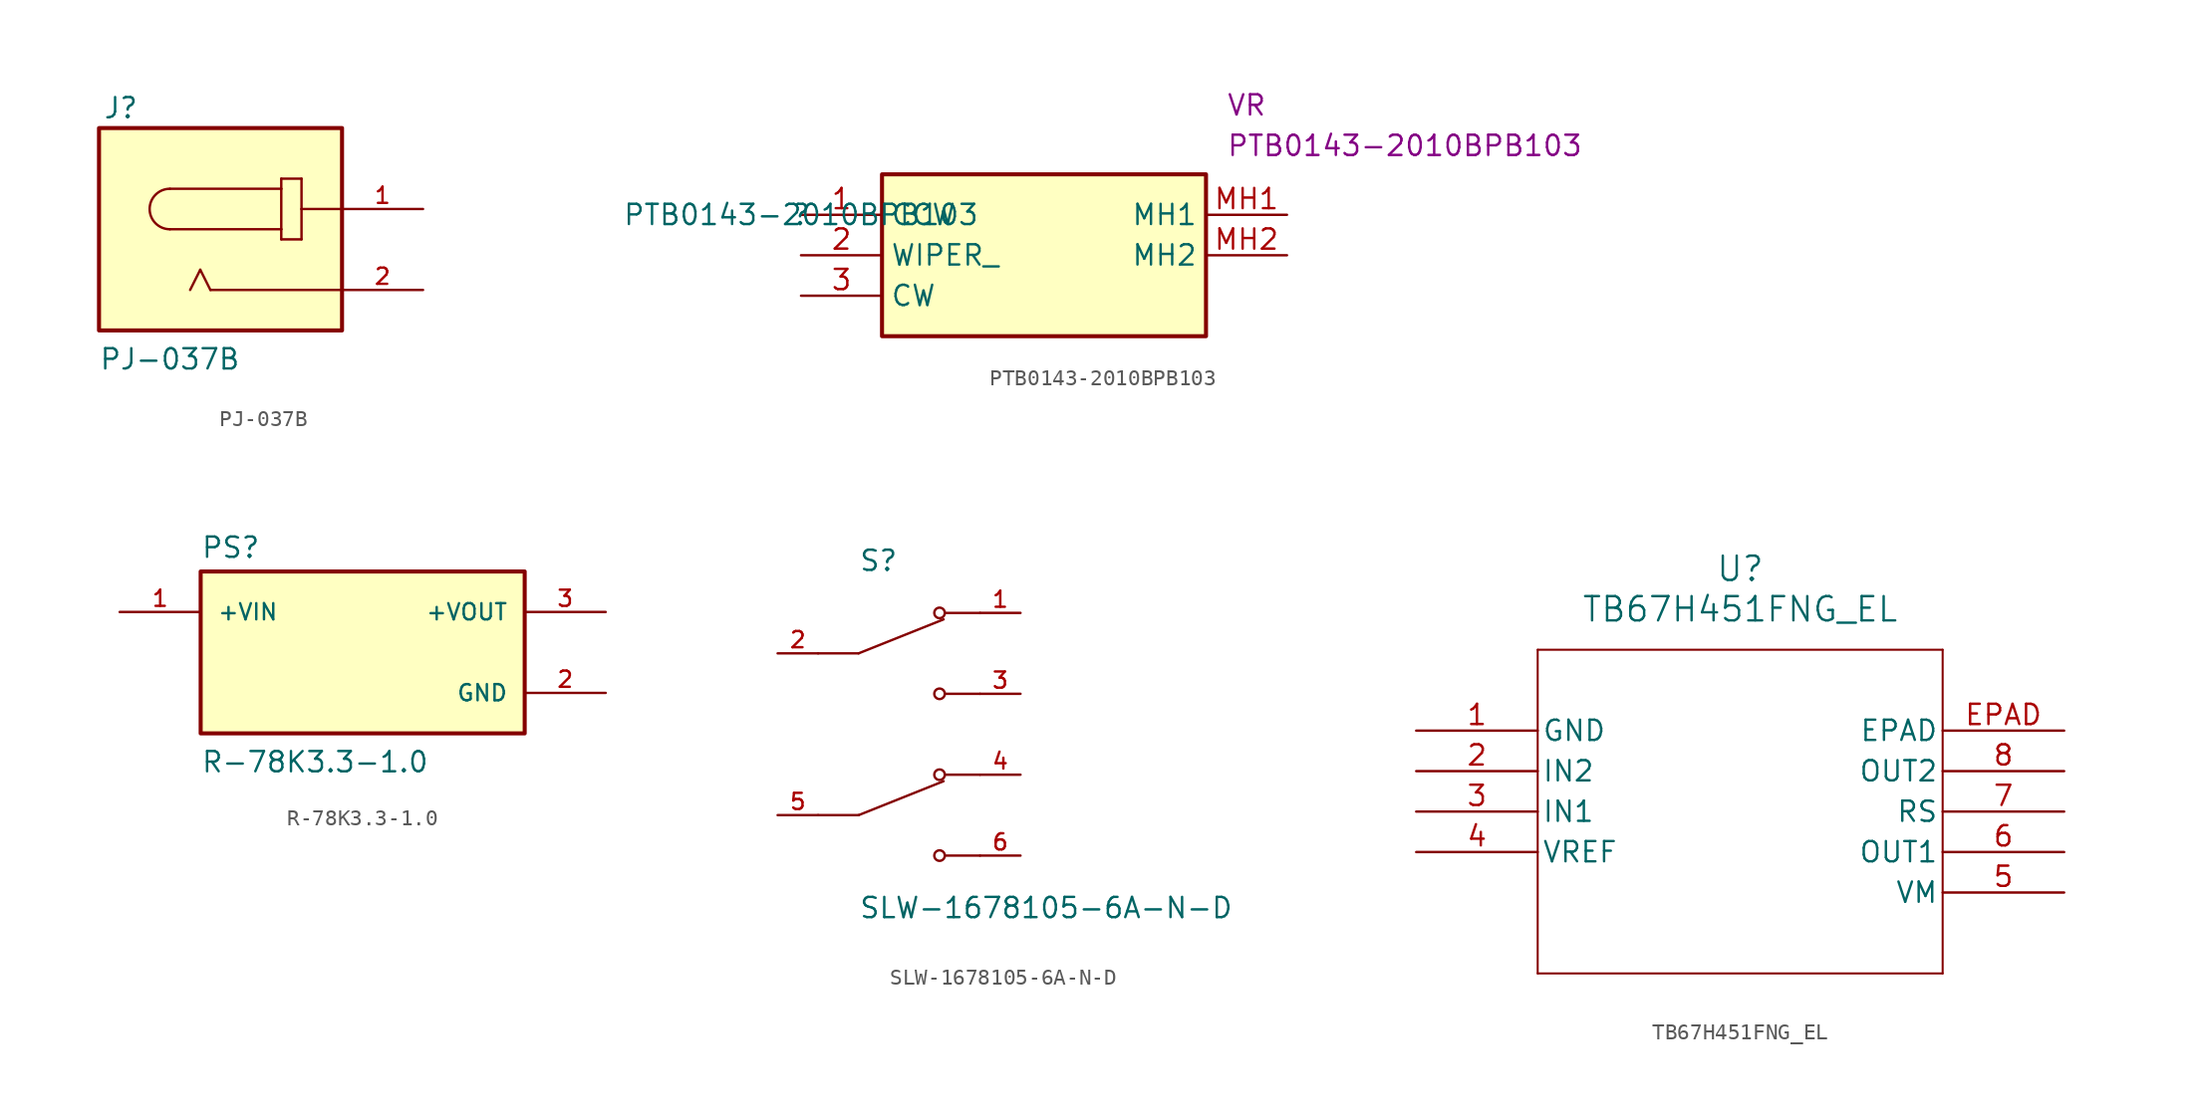
<source format=kicad_sym>
(kicad_symbol_lib
  (version 20211014)
  (generator kicad_symbol_editor)
  (symbol "PJ-037B"
    (pin_names
      (offset 1.016))
    (property "Reference" "J"
      (at -12.456 8.135 0)
      (effects (font (size 1.27 1.27)) (justify left bottom)))
    (property "Value" "PJ-037B"
      (at -12.711 -7.628 0)
      (effects (font (size 1.27 1.27)) (justify left bottom)))
    (symbol "PJ-037B_0_0"
      (rectangle (start -12.7 -5.08) (end 2.54 7.62) (stroke (width 0.254) (type default) (color 0 0 0 0)) (fill (type background)))
      (arc (start -8.255 3.81) (mid -9.525 2.54) (end -8.255 1.27) (stroke (width 0.1524) (type default) (color 0 0 0 0)) (fill (type none)))
      (polyline (pts (xy -8.255 3.81) (xy -1.27 3.81)) (stroke (width 0.152) (type default) (color 0 0 0 0)) (fill (type none)))
      (polyline (pts (xy -6.35 -1.27) (xy -6.985 -2.54)) (stroke (width 0.152) (type default) (color 0 0 0 0)) (fill (type none)))
      (polyline (pts (xy -5.715 -2.54) (xy -6.35 -1.27)) (stroke (width 0.152) (type default) (color 0 0 0 0)) (fill (type none)))
      (polyline (pts (xy -1.27 0.635) (xy 0 0.635)) (stroke (width 0.152) (type default) (color 0 0 0 0)) (fill (type none)))
      (polyline (pts (xy -1.27 1.27) (xy -8.255 1.27)) (stroke (width 0.152) (type default) (color 0 0 0 0)) (fill (type none)))
      (polyline (pts (xy -1.27 1.27) (xy -1.27 0.635)) (stroke (width 0.152) (type default) (color 0 0 0 0)) (fill (type none)))
      (polyline (pts (xy -1.27 3.81) (xy -1.27 1.27)) (stroke (width 0.152) (type default) (color 0 0 0 0)) (fill (type none)))
      (polyline (pts (xy -1.27 4.445) (xy -1.27 3.81)) (stroke (width 0.152) (type default) (color 0 0 0 0)) (fill (type none)))
      (polyline (pts (xy 0 0.635) (xy 0 2.54)) (stroke (width 0.152) (type default) (color 0 0 0 0)) (fill (type none)))
      (polyline (pts (xy 0 2.54) (xy 0 4.445)) (stroke (width 0.152) (type default) (color 0 0 0 0)) (fill (type none)))
      (polyline (pts (xy 0 4.445) (xy -1.27 4.445)) (stroke (width 0.152) (type default) (color 0 0 0 0)) (fill (type none)))
      (polyline (pts (xy 2.54 -2.54) (xy -5.715 -2.54)) (stroke (width 0.152) (type default) (color 0 0 0 0)) (fill (type none)))
      (polyline (pts (xy 2.54 2.54) (xy 0 2.54)) (stroke (width 0.152) (type default) (color 0 0 0 0)) (fill (type none)))
      (pin passive line (at 7.62 2.54 180) (length 5.08) (name "~" (effects (font (size 1.016 1.016)))) (number "1" (effects (font (size 1.016 1.016)))))
      (pin passive line (at 7.62 -2.54 180) (length 5.08) (name "~" (effects (font (size 1.016 1.016)))) (number "2" (effects (font (size 1.016 1.016)))))))
  (symbol "PTB0143-2010BPB103"
    (property "Reference" ""
      (at 0 0 0)
      (effects (font (size 1.27 1.27))))
    (property "Value" "PTB0143-2010BPB103"
      (at 0 0 0)
      (effects (font (size 1.27 1.27))))
    (property "Reference_1" "VR"
      (at 26.67 7.62 0)
      (effects (font (size 1.27 1.27)) (justify left top)))
    (property "Value_1" "PTB0143-2010BPB103"
      (at 26.67 5.08 0)
      (effects (font (size 1.27 1.27)) (justify left top)))
    (symbol "PTB0143-2010BPB103_1_1"
      (rectangle (start 5.08 2.54) (end 25.4 -7.62) (stroke (width 0.254) (type default) (color 0 0 0 0)) (fill (type background)))
      (pin passive line (at 0 0 0) (length 5.08) (name "CCW" (effects (font (size 1.27 1.27)))) (number "1" (effects (font (size 1.27 1.27)))))
      (pin passive line (at 0 -2.54 0) (length 5.08) (name "WIPER_" (effects (font (size 1.27 1.27)))) (number "2" (effects (font (size 1.27 1.27)))))
      (pin passive line (at 0 -5.08 0) (length 5.08) (name "CW" (effects (font (size 1.27 1.27)))) (number "3" (effects (font (size 1.27 1.27)))))
      (pin passive line (at 30.48 0 180) (length 5.08) (name "MH1" (effects (font (size 1.27 1.27)))) (number "MH1" (effects (font (size 1.27 1.27)))))
      (pin passive line (at 30.48 -2.54 180) (length 5.08) (name "MH2" (effects (font (size 1.27 1.27)))) (number "MH2" (effects (font (size 1.27 1.27)))))))
  (symbol "R-78K3.3-1.0"
    (pin_names
      (offset 1.016))
    (property "Reference" "PS"
      (at -10.16 5.842 0)
      (effects (font (size 1.27 1.27)) (justify bottom left)))
    (property "Value" "R-78K3.3-1.0"
      (at -10.16 -7.62 0)
      (effects (font (size 1.27 1.27)) (justify bottom left)))
    (symbol "R-78K3.3-1.0_0_0"
      (rectangle (start -10.16 -5.08) (end 10.16 5.08) (stroke (width 0.254)) (fill (type background)))
      (pin input line (at -15.24 2.54 0) (length 5.08) (name "+VIN" (effects (font (size 1.016 1.016)))) (number "1" (effects (font (size 1.016 1.016)))))
      (pin power_in line (at 15.24 -2.54 180.0) (length 5.08) (name "GND" (effects (font (size 1.016 1.016)))) (number "2" (effects (font (size 1.016 1.016)))))
      (pin output line (at 15.24 2.54 180.0) (length 5.08) (name "+VOUT" (effects (font (size 1.016 1.016)))) (number "3" (effects (font (size 1.016 1.016)))))))
  (symbol "SLW-1678105-6A-N-D"
    (pin_names
      (offset 1.016))
    (property "Reference" "S"
      (at -2.54 10.16 0)
      (effects (font (size 1.27 1.27)) (justify bottom left)))
    (property "Value" "SLW-1678105-6A-N-D"
      (at -2.54 -10.16 0)
      (effects (font (size 1.27 1.27)) (justify top left)))
    (symbol "SLW-1678105-6A-N-D_0_0"
      (polyline (pts (xy -2.54 5.08) (xy 2.794 7.214)) (stroke (width 0.152)))
      (circle (center 2.54 7.62) (radius 0.33) (stroke (width 0.152)) (fill (type none)))
      (circle (center 2.54 2.54) (radius 0.33) (stroke (width 0.152)) (fill (type none)))
      (polyline (pts (xy 5.08 2.54) (xy 2.921 2.54)) (stroke (width 0.152)))
      (polyline (pts (xy 5.08 7.62) (xy 2.921 7.62)) (stroke (width 0.152)))
      (polyline (pts (xy -2.54 5.08) (xy -5.08 5.08)) (stroke (width 0.152)))
      (polyline (pts (xy -2.54 -5.08) (xy 2.794 -2.946)) (stroke (width 0.152)))
      (circle (center 2.54 -2.54) (radius 0.33) (stroke (width 0.152)) (fill (type none)))
      (circle (center 2.54 -7.62) (radius 0.33) (stroke (width 0.152)) (fill (type none)))
      (polyline (pts (xy 5.08 -7.62) (xy 2.921 -7.62)) (stroke (width 0.152)))
      (polyline (pts (xy 5.08 -2.54) (xy 2.921 -2.54)) (stroke (width 0.152)))
      (polyline (pts (xy -2.54 -5.08) (xy -5.08 -5.08)) (stroke (width 0.152)))
      (pin passive line (at 7.62 7.62 180.0) (length 2.54) (name "~" (effects (font (size 1.016 1.016)))) (number "1" (effects (font (size 1.016 1.016)))))
      (pin passive line (at -7.62 5.08 0) (length 2.54) (name "~" (effects (font (size 1.016 1.016)))) (number "2" (effects (font (size 1.016 1.016)))))
      (pin passive line (at 7.62 2.54 180.0) (length 2.54) (name "~" (effects (font (size 1.016 1.016)))) (number "3" (effects (font (size 1.016 1.016)))))
      (pin passive line (at 7.62 -2.54 180.0) (length 2.54) (name "~" (effects (font (size 1.016 1.016)))) (number "4" (effects (font (size 1.016 1.016)))))
      (pin passive line (at -7.62 -5.08 0) (length 2.54) (name "~" (effects (font (size 1.016 1.016)))) (number "5" (effects (font (size 1.016 1.016)))))
      (pin passive line (at 7.62 -7.62 180.0) (length 2.54) (name "~" (effects (font (size 1.016 1.016)))) (number "6" (effects (font (size 1.016 1.016)))))))
  (symbol "TB67H451FNG_EL"
    (pin_names
      (offset 0.254))
    (property "Reference" "U"
      (at 20.32 10.16 0)
      (effects (font (size 1.524 1.524))))
    (property "Value" "TB67H451FNG_EL"
      (at 20.32 7.62 0)
      (effects (font (size 1.524 1.524))))
    (property "ki_locked" ""
      (at 0 0 0)
      (effects (font (size 1.27 1.27))))
    (symbol "TB67H451FNG_EL_0_1"
      (polyline (pts (xy 7.62 -15.24) (xy 33.02 -15.24)) (stroke (width 0.127) (type default) (color 0 0 0 0)) (fill (type none)))
      (polyline (pts (xy 7.62 5.08) (xy 7.62 -15.24)) (stroke (width 0.127) (type default) (color 0 0 0 0)) (fill (type none)))
      (polyline (pts (xy 33.02 -15.24) (xy 33.02 5.08)) (stroke (width 0.127) (type default) (color 0 0 0 0)) (fill (type none)))
      (polyline (pts (xy 33.02 5.08) (xy 7.62 5.08)) (stroke (width 0.127) (type default) (color 0 0 0 0)) (fill (type none)))
      (pin power_out line (at 0 0 0) (length 7.62) (name "GND" (effects (font (size 1.27 1.27)))) (number "1" (effects (font (size 1.27 1.27)))))
      (pin input line (at 0 -2.54 0) (length 7.62) (name "IN2" (effects (font (size 1.27 1.27)))) (number "2" (effects (font (size 1.27 1.27)))))
      (pin input line (at 0 -5.08 0) (length 7.62) (name "IN1" (effects (font (size 1.27 1.27)))) (number "3" (effects (font (size 1.27 1.27)))))
      (pin output line (at 0 -7.62 0) (length 7.62) (name "VREF" (effects (font (size 1.27 1.27)))) (number "4" (effects (font (size 1.27 1.27)))))
      (pin power_in line (at 40.64 -10.16 180) (length 7.62) (name "VM" (effects (font (size 1.27 1.27)))) (number "5" (effects (font (size 1.27 1.27)))))
      (pin output line (at 40.64 -7.62 180) (length 7.62) (name "OUT1" (effects (font (size 1.27 1.27)))) (number "6" (effects (font (size 1.27 1.27)))))
      (pin output line (at 40.64 -5.08 180) (length 7.62) (name "RS" (effects (font (size 1.27 1.27)))) (number "7" (effects (font (size 1.27 1.27)))))
      (pin output line (at 40.64 -2.54 180) (length 7.62) (name "OUT2" (effects (font (size 1.27 1.27)))) (number "8" (effects (font (size 1.27 1.27)))))
      (pin unspecified line (at 40.64 0 180) (length 7.62) (name "EPAD" (effects (font (size 1.27 1.27)))) (number "EPAD" (effects (font (size 1.27 1.27))))))))
</source>
